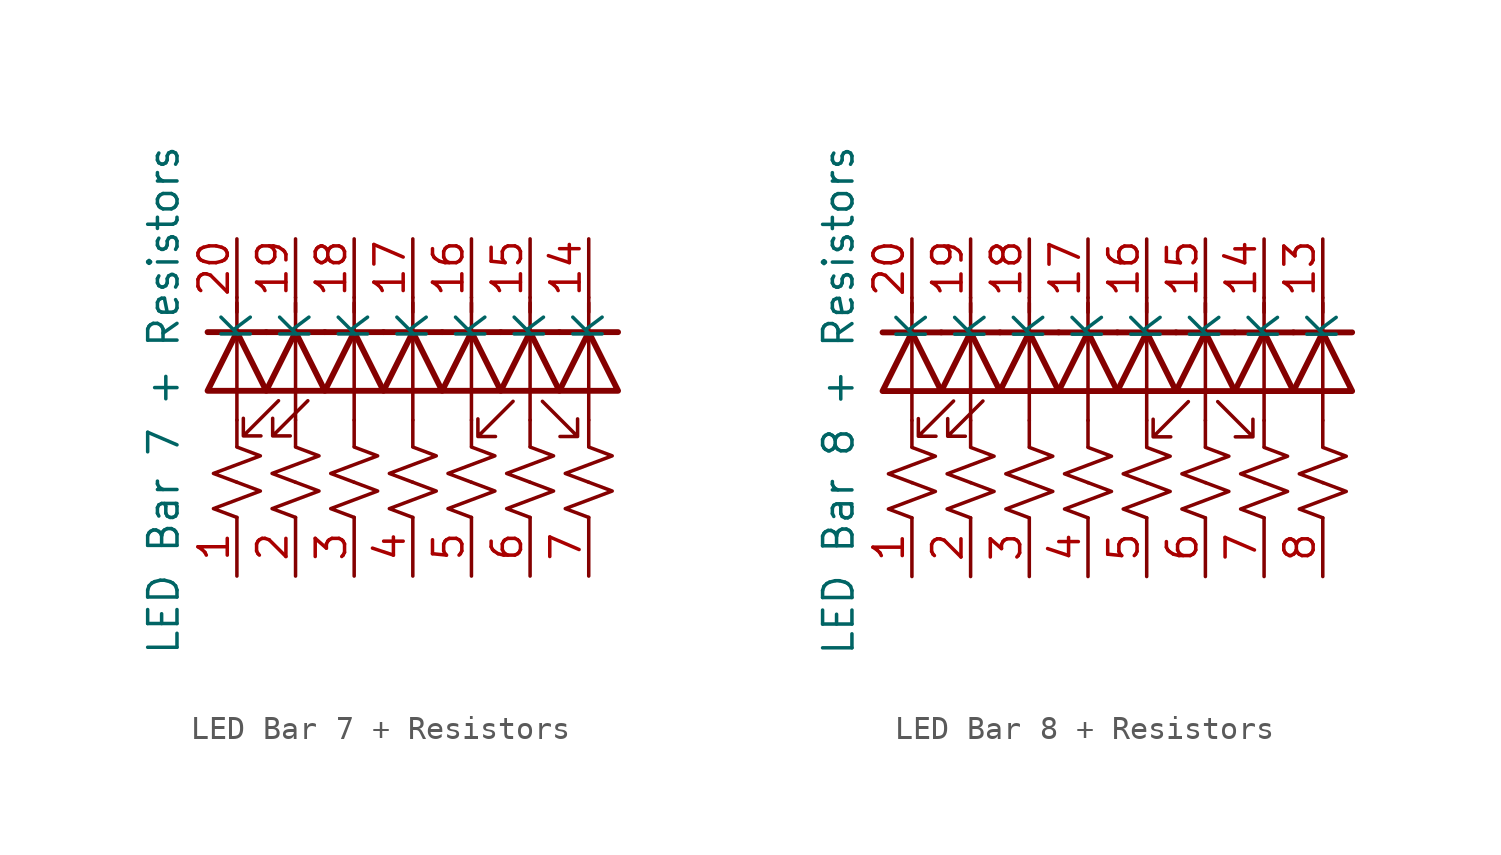
<source format=kicad_sym>
(kicad_symbol_lib
  (version 20220914)
  (generator kicad_symbol_editor)
  (symbol "LED Bar 7 + Resistors"
    (property "Reference" "BAR"
      (at -23.495 -9.525 0)
      (effects (font (size 1.27 1.27)) hide))
    (property "Value" "LED Bar 7 + Resistors"
      (at -3.175 7.62 90)
      (effects (font (size 1.27 1.27))))
    (symbol "LED Bar 7 + Resistors_0_1"
      (polyline (pts (xy 0 6.756) (xy 0 5.613)) (stroke (width 0) (type default)) (fill (type none)))
      (polyline (pts (xy 0 6.756) (xy 0 11.836)) (stroke (width 0) (type default)) (fill (type none)))
      (polyline (pts (xy 0 12.065) (xy 0 11.43)) (stroke (width 0) (type default)) (fill (type none)))
      (polyline (pts (xy 1.27 10.566) (xy -1.27 10.566)) (stroke (width 0.254) (type default)) (fill (type none)))
      (polyline (pts (xy 2.54 6.756) (xy 2.54 5.613)) (stroke (width 0) (type default)) (fill (type none)))
      (polyline (pts (xy 2.54 6.756) (xy 2.54 11.836)) (stroke (width 0) (type default)) (fill (type none)))
      (polyline (pts (xy 2.54 12.065) (xy 2.54 11.43)) (stroke (width 0) (type default)) (fill (type none)))
      (polyline (pts (xy 3.81 10.566) (xy 1.27 10.566)) (stroke (width 0.254) (type default)) (fill (type none)))
      (polyline (pts (xy 5.08 6.756) (xy 5.08 5.613)) (stroke (width 0) (type default)) (fill (type none)))
      (polyline (pts (xy 5.08 6.756) (xy 5.08 11.836)) (stroke (width 0) (type default)) (fill (type none)))
      (polyline (pts (xy 5.08 12.065) (xy 5.08 11.43)) (stroke (width 0) (type default)) (fill (type none)))
      (polyline (pts (xy 6.35 10.566) (xy 3.81 10.566)) (stroke (width 0.254) (type default)) (fill (type none)))
      (polyline (pts (xy 7.62 6.756) (xy 7.62 5.613)) (stroke (width 0) (type default)) (fill (type none)))
      (polyline (pts (xy 7.62 6.756) (xy 7.62 11.836)) (stroke (width 0) (type default)) (fill (type none)))
      (polyline (pts (xy 7.62 12.065) (xy 7.62 11.43)) (stroke (width 0) (type default)) (fill (type none)))
      (polyline (pts (xy 8.89 10.566) (xy 6.35 10.566)) (stroke (width 0.254) (type default)) (fill (type none)))
      (polyline (pts (xy 10.16 6.756) (xy 10.16 5.613)) (stroke (width 0) (type default)) (fill (type none)))
      (polyline (pts (xy 10.16 6.756) (xy 10.16 11.836)) (stroke (width 0) (type default)) (fill (type none)))
      (polyline (pts (xy 10.16 12.065) (xy 10.16 11.43)) (stroke (width 0) (type default)) (fill (type none)))
      (polyline (pts (xy 11.43 10.566) (xy 8.89 10.566)) (stroke (width 0.254) (type default)) (fill (type none)))
      (polyline (pts (xy 12.7 6.756) (xy 12.7 5.613)) (stroke (width 0) (type default)) (fill (type none)))
      (polyline (pts (xy 12.7 6.756) (xy 12.7 11.836)) (stroke (width 0) (type default)) (fill (type none)))
      (polyline (pts (xy 12.7 12.065) (xy 12.7 11.43)) (stroke (width 0) (type default)) (fill (type none)))
      (polyline (pts (xy 13.97 10.566) (xy 11.43 10.566)) (stroke (width 0.254) (type default)) (fill (type none)))
      (polyline (pts (xy 15.24 6.756) (xy 15.24 5.613)) (stroke (width 0) (type default)) (fill (type none)))
      (polyline (pts (xy 15.24 6.756) (xy 15.24 11.836)) (stroke (width 0) (type default)) (fill (type none)))
      (polyline (pts (xy 15.24 12.065) (xy 15.24 11.43)) (stroke (width 0) (type default)) (fill (type none)))
      (polyline (pts (xy 16.51 10.566) (xy 13.97 10.566)) (stroke (width 0.254) (type default)) (fill (type none)))
      (polyline (pts (xy -1.27 8.026) (xy 1.27 8.026) (xy 0 10.566) (xy -1.27 8.026)) (stroke (width 0.254) (type default)) (fill (type none)))
      (polyline (pts (xy 1.27 8.026) (xy 3.81 8.026) (xy 2.54 10.566) (xy 1.27 8.026)) (stroke (width 0.254) (type default)) (fill (type none)))
      (polyline (pts (xy 3.81 8.026) (xy 6.35 8.026) (xy 5.08 10.566) (xy 3.81 8.026)) (stroke (width 0.254) (type default)) (fill (type none)))
      (polyline (pts (xy 6.35 8.026) (xy 8.89 8.026) (xy 7.62 10.566) (xy 6.35 8.026)) (stroke (width 0.254) (type default)) (fill (type none)))
      (polyline (pts (xy 8.89 8.026) (xy 11.43 8.026) (xy 10.16 10.566) (xy 8.89 8.026)) (stroke (width 0.254) (type default)) (fill (type none)))
      (polyline (pts (xy 11.43 8.026) (xy 13.97 8.026) (xy 12.7 10.566) (xy 11.43 8.026)) (stroke (width 0.254) (type default)) (fill (type none)))
      (polyline (pts (xy 13.97 8.026) (xy 16.51 8.026) (xy 15.24 10.566) (xy 13.97 8.026)) (stroke (width 0.254) (type default)) (fill (type none)))
      (polyline (pts (xy 1.803 7.595) (xy 0.279 6.071) (xy 1.041 6.071) (xy 0.279 6.071) (xy 0.279 6.833)) (stroke (width 0) (type default)) (fill (type none)))
      (polyline (pts (xy 3.073 7.595) (xy 1.549 6.071) (xy 2.311 6.071) (xy 1.549 6.071) (xy 1.549 6.833)) (stroke (width 0) (type default)) (fill (type none)))
      (polyline (pts (xy 11.963 7.569) (xy 10.439 6.045) (xy 11.201 6.045) (xy 10.439 6.045) (xy 10.439 6.807)) (stroke (width 0) (type default)) (fill (type none)))
      (polyline (pts (xy 13.233 7.569) (xy 14.757 6.045) (xy 14.757 6.807) (xy 14.757 6.045) (xy 13.995 6.045)) (stroke (width 0) (type default)) (fill (type none))))
    (symbol "LED Bar 7 + Resistors_1_1"
      (polyline (pts (xy 0 2.54) (xy -1.016 2.921) (xy 0 3.302) (xy 1.016 3.683) (xy 0 4.064)) (stroke (width 0) (type default)) (fill (type none)))
      (polyline (pts (xy 0 4.064) (xy -1.016 4.445) (xy 0 4.826) (xy 1.016 5.207) (xy 0 5.588)) (stroke (width 0) (type default)) (fill (type none)))
      (polyline (pts (xy 2.54 2.54) (xy 1.524 2.921) (xy 2.54 3.302) (xy 3.556 3.683) (xy 2.54 4.064)) (stroke (width 0) (type default)) (fill (type none)))
      (polyline (pts (xy 2.54 4.064) (xy 1.524 4.445) (xy 2.54 4.826) (xy 3.556 5.207) (xy 2.54 5.588)) (stroke (width 0) (type default)) (fill (type none)))
      (polyline (pts (xy 5.08 2.54) (xy 4.064 2.921) (xy 5.08 3.302) (xy 6.096 3.683) (xy 5.08 4.064)) (stroke (width 0) (type default)) (fill (type none)))
      (polyline (pts (xy 5.08 4.064) (xy 4.064 4.445) (xy 5.08 4.826) (xy 6.096 5.207) (xy 5.08 5.588)) (stroke (width 0) (type default)) (fill (type none)))
      (polyline (pts (xy 7.62 2.54) (xy 6.604 2.921) (xy 7.62 3.302) (xy 8.636 3.683) (xy 7.62 4.064)) (stroke (width 0) (type default)) (fill (type none)))
      (polyline (pts (xy 7.62 4.064) (xy 6.604 4.445) (xy 7.62 4.826) (xy 8.636 5.207) (xy 7.62 5.588)) (stroke (width 0) (type default)) (fill (type none)))
      (polyline (pts (xy 10.16 2.54) (xy 9.144 2.921) (xy 10.16 3.302) (xy 11.176 3.683) (xy 10.16 4.064)) (stroke (width 0) (type default)) (fill (type none)))
      (polyline (pts (xy 10.16 4.064) (xy 9.144 4.445) (xy 10.16 4.826) (xy 11.176 5.207) (xy 10.16 5.588)) (stroke (width 0) (type default)) (fill (type none)))
      (polyline (pts (xy 12.7 2.54) (xy 11.684 2.921) (xy 12.7 3.302) (xy 13.716 3.683) (xy 12.7 4.064)) (stroke (width 0) (type default)) (fill (type none)))
      (polyline (pts (xy 12.7 4.064) (xy 11.684 4.445) (xy 12.7 4.826) (xy 13.716 5.207) (xy 12.7 5.588)) (stroke (width 0) (type default)) (fill (type none)))
      (polyline (pts (xy 15.24 2.54) (xy 14.224 2.921) (xy 15.24 3.302) (xy 16.256 3.683) (xy 15.24 4.064)) (stroke (width 0) (type default)) (fill (type none)))
      (polyline (pts (xy 15.24 4.064) (xy 14.224 4.445) (xy 15.24 4.826) (xy 16.256 5.207) (xy 15.24 5.588)) (stroke (width 0) (type default)) (fill (type none)))
      (pin passive line (at 0 0 90) (length 2.54) (name "" (effects (font (size 1.27 1.27)))) (number "1" (effects (font (size 1.27 1.27)))))
      (pin passive line (at 15.24 14.605 270) (length 2.54) (name "K" (effects (font (size 1.27 1.27)))) (number "14" (effects (font (size 1.27 1.27)))))
      (pin passive line (at 12.7 14.605 270) (length 2.54) (name "K" (effects (font (size 1.27 1.27)))) (number "15" (effects (font (size 1.27 1.27)))))
      (pin passive line (at 10.16 14.605 270) (length 2.54) (name "K" (effects (font (size 1.27 1.27)))) (number "16" (effects (font (size 1.27 1.27)))))
      (pin passive line (at 7.62 14.605 270) (length 2.54) (name "K" (effects (font (size 1.27 1.27)))) (number "17" (effects (font (size 1.27 1.27)))))
      (pin passive line (at 5.08 14.605 270) (length 2.54) (name "K" (effects (font (size 1.27 1.27)))) (number "18" (effects (font (size 1.27 1.27)))))
      (pin passive line (at 2.54 14.605 270) (length 2.54) (name "K" (effects (font (size 1.27 1.27)))) (number "19" (effects (font (size 1.27 1.27)))))
      (pin passive line (at 2.54 0 90) (length 2.54) (name "" (effects (font (size 1.27 1.27)))) (number "2" (effects (font (size 1.27 1.27)))))
      (pin passive line (at 0 14.605 270) (length 2.54) (name "K" (effects (font (size 1.27 1.27)))) (number "20" (effects (font (size 1.27 1.27)))))
      (pin passive line (at 5.08 0 90) (length 2.54) (name "" (effects (font (size 1.27 1.27)))) (number "3" (effects (font (size 1.27 1.27)))))
      (pin passive line (at 7.62 0 90) (length 2.54) (name "" (effects (font (size 1.27 1.27)))) (number "4" (effects (font (size 1.27 1.27)))))
      (pin passive line (at 10.16 0 90) (length 2.54) (name "" (effects (font (size 1.27 1.27)))) (number "5" (effects (font (size 1.27 1.27)))))
      (pin passive line (at 12.7 0 90) (length 2.54) (name "" (effects (font (size 1.27 1.27)))) (number "6" (effects (font (size 1.27 1.27)))))
      (pin passive line (at 15.24 0 90) (length 2.54) (name "" (effects (font (size 1.27 1.27)))) (number "7" (effects (font (size 1.27 1.27)))))))
  (symbol "LED Bar 8 + Resistors"
    (property "Reference" "BAR"
      (at -23.495 -9.525 0)
      (effects (font (size 1.27 1.27)) hide))
    (property "Value" "LED Bar 8 + Resistors"
      (at -3.175 7.62 90)
      (effects (font (size 1.27 1.27))))
    (symbol "LED Bar 8 + Resistors_0_1"
      (polyline (pts (xy 0 6.756) (xy 0 5.613)) (stroke (width 0) (type default)) (fill (type none)))
      (polyline (pts (xy 0 6.756) (xy 0 11.836)) (stroke (width 0) (type default)) (fill (type none)))
      (polyline (pts (xy 0 12.065) (xy 0 11.43)) (stroke (width 0) (type default)) (fill (type none)))
      (polyline (pts (xy 1.27 10.566) (xy -1.27 10.566)) (stroke (width 0.254) (type default)) (fill (type none)))
      (polyline (pts (xy 2.54 6.756) (xy 2.54 5.613)) (stroke (width 0) (type default)) (fill (type none)))
      (polyline (pts (xy 2.54 6.756) (xy 2.54 11.836)) (stroke (width 0) (type default)) (fill (type none)))
      (polyline (pts (xy 2.54 12.065) (xy 2.54 11.43)) (stroke (width 0) (type default)) (fill (type none)))
      (polyline (pts (xy 3.81 10.566) (xy 1.27 10.566)) (stroke (width 0.254) (type default)) (fill (type none)))
      (polyline (pts (xy 5.08 6.756) (xy 5.08 5.613)) (stroke (width 0) (type default)) (fill (type none)))
      (polyline (pts (xy 5.08 6.756) (xy 5.08 11.836)) (stroke (width 0) (type default)) (fill (type none)))
      (polyline (pts (xy 5.08 12.065) (xy 5.08 11.43)) (stroke (width 0) (type default)) (fill (type none)))
      (polyline (pts (xy 6.35 10.566) (xy 3.81 10.566)) (stroke (width 0.254) (type default)) (fill (type none)))
      (polyline (pts (xy 7.62 6.756) (xy 7.62 5.613)) (stroke (width 0) (type default)) (fill (type none)))
      (polyline (pts (xy 7.62 6.756) (xy 7.62 11.836)) (stroke (width 0) (type default)) (fill (type none)))
      (polyline (pts (xy 7.62 12.065) (xy 7.62 11.43)) (stroke (width 0) (type default)) (fill (type none)))
      (polyline (pts (xy 8.89 10.566) (xy 6.35 10.566)) (stroke (width 0.254) (type default)) (fill (type none)))
      (polyline (pts (xy 10.16 6.756) (xy 10.16 5.613)) (stroke (width 0) (type default)) (fill (type none)))
      (polyline (pts (xy 10.16 6.756) (xy 10.16 11.836)) (stroke (width 0) (type default)) (fill (type none)))
      (polyline (pts (xy 10.16 12.065) (xy 10.16 11.43)) (stroke (width 0) (type default)) (fill (type none)))
      (polyline (pts (xy 11.43 10.566) (xy 8.89 10.566)) (stroke (width 0.254) (type default)) (fill (type none)))
      (polyline (pts (xy 12.7 6.756) (xy 12.7 5.613)) (stroke (width 0) (type default)) (fill (type none)))
      (polyline (pts (xy 12.7 6.756) (xy 12.7 11.836)) (stroke (width 0) (type default)) (fill (type none)))
      (polyline (pts (xy 12.7 12.065) (xy 12.7 11.43)) (stroke (width 0) (type default)) (fill (type none)))
      (polyline (pts (xy 13.97 10.566) (xy 11.43 10.566)) (stroke (width 0.254) (type default)) (fill (type none)))
      (polyline (pts (xy 15.24 6.756) (xy 15.24 5.613)) (stroke (width 0) (type default)) (fill (type none)))
      (polyline (pts (xy 15.24 6.756) (xy 15.24 11.836)) (stroke (width 0) (type default)) (fill (type none)))
      (polyline (pts (xy 15.24 12.065) (xy 15.24 11.43)) (stroke (width 0) (type default)) (fill (type none)))
      (polyline (pts (xy 16.51 10.566) (xy 13.97 10.566)) (stroke (width 0.254) (type default)) (fill (type none)))
      (polyline (pts (xy 17.78 6.756) (xy 17.78 5.613)) (stroke (width 0) (type default)) (fill (type none)))
      (polyline (pts (xy 17.78 6.756) (xy 17.78 11.836)) (stroke (width 0) (type default)) (fill (type none)))
      (polyline (pts (xy 17.78 12.065) (xy 17.78 11.43)) (stroke (width 0) (type default)) (fill (type none)))
      (polyline (pts (xy 19.05 10.566) (xy 16.51 10.566)) (stroke (width 0.254) (type default)) (fill (type none)))
      (polyline (pts (xy -1.27 8.026) (xy 1.27 8.026) (xy 0 10.566) (xy -1.27 8.026)) (stroke (width 0.254) (type default)) (fill (type none)))
      (polyline (pts (xy 1.27 8.026) (xy 3.81 8.026) (xy 2.54 10.566) (xy 1.27 8.026)) (stroke (width 0.254) (type default)) (fill (type none)))
      (polyline (pts (xy 3.81 8.026) (xy 6.35 8.026) (xy 5.08 10.566) (xy 3.81 8.026)) (stroke (width 0.254) (type default)) (fill (type none)))
      (polyline (pts (xy 6.35 8.026) (xy 8.89 8.026) (xy 7.62 10.566) (xy 6.35 8.026)) (stroke (width 0.254) (type default)) (fill (type none)))
      (polyline (pts (xy 8.89 8.026) (xy 11.43 8.026) (xy 10.16 10.566) (xy 8.89 8.026)) (stroke (width 0.254) (type default)) (fill (type none)))
      (polyline (pts (xy 11.43 8.026) (xy 13.97 8.026) (xy 12.7 10.566) (xy 11.43 8.026)) (stroke (width 0.254) (type default)) (fill (type none)))
      (polyline (pts (xy 13.97 8.026) (xy 16.51 8.026) (xy 15.24 10.566) (xy 13.97 8.026)) (stroke (width 0.254) (type default)) (fill (type none)))
      (polyline (pts (xy 16.51 8.026) (xy 19.05 8.026) (xy 17.78 10.566) (xy 16.51 8.026)) (stroke (width 0.254) (type default)) (fill (type none)))
      (polyline (pts (xy 1.803 7.595) (xy 0.279 6.071) (xy 1.041 6.071) (xy 0.279 6.071) (xy 0.279 6.833)) (stroke (width 0) (type default)) (fill (type none)))
      (polyline (pts (xy 3.073 7.595) (xy 1.549 6.071) (xy 2.311 6.071) (xy 1.549 6.071) (xy 1.549 6.833)) (stroke (width 0) (type default)) (fill (type none)))
      (polyline (pts (xy 11.963 7.569) (xy 10.439 6.045) (xy 11.201 6.045) (xy 10.439 6.045) (xy 10.439 6.807)) (stroke (width 0) (type default)) (fill (type none)))
      (polyline (pts (xy 13.233 7.569) (xy 14.757 6.045) (xy 14.757 6.807) (xy 14.757 6.045) (xy 13.995 6.045)) (stroke (width 0) (type default)) (fill (type none))))
    (symbol "LED Bar 8 + Resistors_1_1"
      (polyline (pts (xy 0 2.54) (xy -1.016 2.921) (xy 0 3.302) (xy 1.016 3.683) (xy 0 4.064)) (stroke (width 0) (type default)) (fill (type none)))
      (polyline (pts (xy 0 4.064) (xy -1.016 4.445) (xy 0 4.826) (xy 1.016 5.207) (xy 0 5.588)) (stroke (width 0) (type default)) (fill (type none)))
      (polyline (pts (xy 2.54 2.54) (xy 1.524 2.921) (xy 2.54 3.302) (xy 3.556 3.683) (xy 2.54 4.064)) (stroke (width 0) (type default)) (fill (type none)))
      (polyline (pts (xy 2.54 4.064) (xy 1.524 4.445) (xy 2.54 4.826) (xy 3.556 5.207) (xy 2.54 5.588)) (stroke (width 0) (type default)) (fill (type none)))
      (polyline (pts (xy 5.08 2.54) (xy 4.064 2.921) (xy 5.08 3.302) (xy 6.096 3.683) (xy 5.08 4.064)) (stroke (width 0) (type default)) (fill (type none)))
      (polyline (pts (xy 5.08 4.064) (xy 4.064 4.445) (xy 5.08 4.826) (xy 6.096 5.207) (xy 5.08 5.588)) (stroke (width 0) (type default)) (fill (type none)))
      (polyline (pts (xy 7.62 2.54) (xy 6.604 2.921) (xy 7.62 3.302) (xy 8.636 3.683) (xy 7.62 4.064)) (stroke (width 0) (type default)) (fill (type none)))
      (polyline (pts (xy 7.62 4.064) (xy 6.604 4.445) (xy 7.62 4.826) (xy 8.636 5.207) (xy 7.62 5.588)) (stroke (width 0) (type default)) (fill (type none)))
      (polyline (pts (xy 10.16 2.54) (xy 9.144 2.921) (xy 10.16 3.302) (xy 11.176 3.683) (xy 10.16 4.064)) (stroke (width 0) (type default)) (fill (type none)))
      (polyline (pts (xy 10.16 4.064) (xy 9.144 4.445) (xy 10.16 4.826) (xy 11.176 5.207) (xy 10.16 5.588)) (stroke (width 0) (type default)) (fill (type none)))
      (polyline (pts (xy 12.7 2.54) (xy 11.684 2.921) (xy 12.7 3.302) (xy 13.716 3.683) (xy 12.7 4.064)) (stroke (width 0) (type default)) (fill (type none)))
      (polyline (pts (xy 12.7 4.064) (xy 11.684 4.445) (xy 12.7 4.826) (xy 13.716 5.207) (xy 12.7 5.588)) (stroke (width 0) (type default)) (fill (type none)))
      (polyline (pts (xy 15.24 2.54) (xy 14.224 2.921) (xy 15.24 3.302) (xy 16.256 3.683) (xy 15.24 4.064)) (stroke (width 0) (type default)) (fill (type none)))
      (polyline (pts (xy 15.24 4.064) (xy 14.224 4.445) (xy 15.24 4.826) (xy 16.256 5.207) (xy 15.24 5.588)) (stroke (width 0) (type default)) (fill (type none)))
      (polyline (pts (xy 17.78 2.54) (xy 16.764 2.921) (xy 17.78 3.302) (xy 18.796 3.683) (xy 17.78 4.064)) (stroke (width 0) (type default)) (fill (type none)))
      (polyline (pts (xy 17.78 4.064) (xy 16.764 4.445) (xy 17.78 4.826) (xy 18.796 5.207) (xy 17.78 5.588)) (stroke (width 0) (type default)) (fill (type none)))
      (pin passive line (at 0 0 90) (length 2.54) (name "" (effects (font (size 1.27 1.27)))) (number "1" (effects (font (size 1.27 1.27)))))
      (pin passive line (at 17.78 14.605 270) (length 2.54) (name "K" (effects (font (size 1.27 1.27)))) (number "13" (effects (font (size 1.27 1.27)))))
      (pin passive line (at 15.24 14.605 270) (length 2.54) (name "K" (effects (font (size 1.27 1.27)))) (number "14" (effects (font (size 1.27 1.27)))))
      (pin passive line (at 12.7 14.605 270) (length 2.54) (name "K" (effects (font (size 1.27 1.27)))) (number "15" (effects (font (size 1.27 1.27)))))
      (pin passive line (at 10.16 14.605 270) (length 2.54) (name "K" (effects (font (size 1.27 1.27)))) (number "16" (effects (font (size 1.27 1.27)))))
      (pin passive line (at 7.62 14.605 270) (length 2.54) (name "K" (effects (font (size 1.27 1.27)))) (number "17" (effects (font (size 1.27 1.27)))))
      (pin passive line (at 5.08 14.605 270) (length 2.54) (name "K" (effects (font (size 1.27 1.27)))) (number "18" (effects (font (size 1.27 1.27)))))
      (pin passive line (at 2.54 14.605 270) (length 2.54) (name "K" (effects (font (size 1.27 1.27)))) (number "19" (effects (font (size 1.27 1.27)))))
      (pin passive line (at 2.54 0 90) (length 2.54) (name "" (effects (font (size 1.27 1.27)))) (number "2" (effects (font (size 1.27 1.27)))))
      (pin passive line (at 0 14.605 270) (length 2.54) (name "K" (effects (font (size 1.27 1.27)))) (number "20" (effects (font (size 1.27 1.27)))))
      (pin passive line (at 5.08 0 90) (length 2.54) (name "" (effects (font (size 1.27 1.27)))) (number "3" (effects (font (size 1.27 1.27)))))
      (pin passive line (at 7.62 0 90) (length 2.54) (name "" (effects (font (size 1.27 1.27)))) (number "4" (effects (font (size 1.27 1.27)))))
      (pin passive line (at 10.16 0 90) (length 2.54) (name "" (effects (font (size 1.27 1.27)))) (number "5" (effects (font (size 1.27 1.27)))))
      (pin passive line (at 12.7 0 90) (length 2.54) (name "" (effects (font (size 1.27 1.27)))) (number "6" (effects (font (size 1.27 1.27)))))
      (pin passive line (at 15.24 0 90) (length 2.54) (name "" (effects (font (size 1.27 1.27)))) (number "7" (effects (font (size 1.27 1.27)))))
      (pin passive line (at 17.78 0 90) (length 2.54) (name "" (effects (font (size 1.27 1.27)))) (number "8" (effects (font (size 1.27 1.27))))))))
</source>
